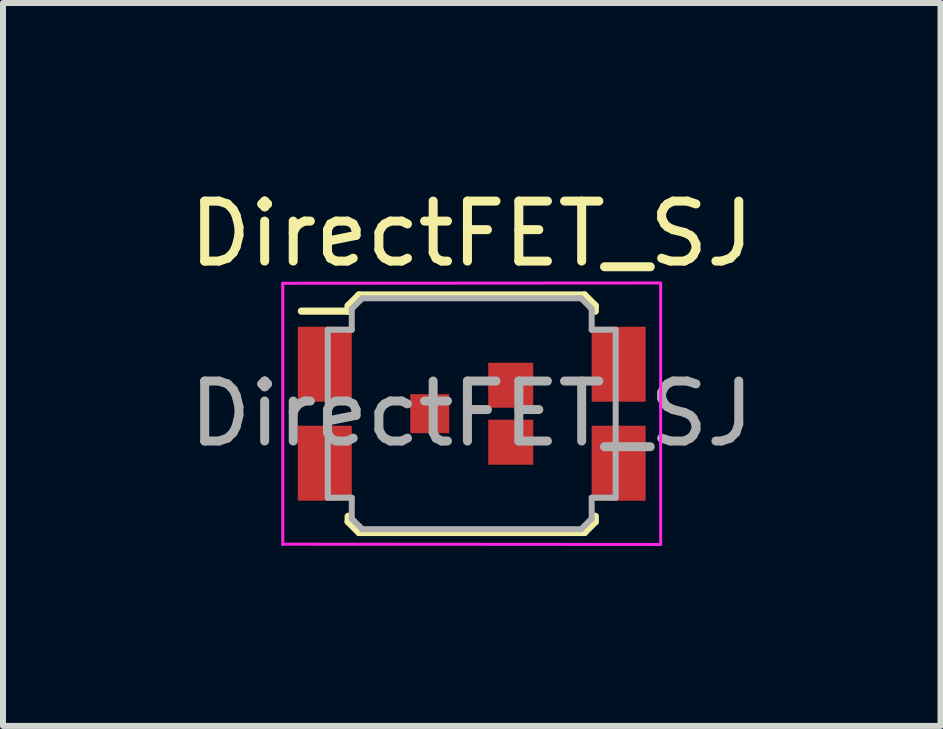
<source format=kicad_pcb>
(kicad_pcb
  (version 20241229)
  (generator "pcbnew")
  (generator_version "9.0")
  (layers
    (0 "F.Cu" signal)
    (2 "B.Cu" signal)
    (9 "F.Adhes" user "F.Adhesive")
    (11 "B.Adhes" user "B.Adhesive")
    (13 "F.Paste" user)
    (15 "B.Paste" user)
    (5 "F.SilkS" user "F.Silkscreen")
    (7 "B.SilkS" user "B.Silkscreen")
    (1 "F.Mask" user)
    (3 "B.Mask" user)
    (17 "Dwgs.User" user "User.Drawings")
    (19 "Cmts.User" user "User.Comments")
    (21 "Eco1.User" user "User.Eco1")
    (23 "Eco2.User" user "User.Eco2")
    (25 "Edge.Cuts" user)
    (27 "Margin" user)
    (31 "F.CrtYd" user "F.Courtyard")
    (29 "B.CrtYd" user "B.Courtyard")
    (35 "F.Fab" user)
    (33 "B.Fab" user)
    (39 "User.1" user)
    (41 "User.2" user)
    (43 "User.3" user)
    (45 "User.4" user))
  (footprint "DirectFET_SJ"
    (layer "F.Cu")
    (at 4.815 3.848)
    (property "Reference" "DirectFET_SJ" (at 0 -3 0) (layer "F.SilkS") (effects (font (size 1 1) (thickness 0.15))))
    (attr smd)
    (fp_line (start -2.84 -1.71) (end -2.06 -1.71) (stroke (width 0.12) (type solid)) (layer "F.SilkS"))
    (fp_line (start -2.06 -1.8) (end -1.88 -1.98) (stroke (width 0.12) (type solid)) (layer "F.SilkS"))
    (fp_line (start -2.06 -1.71) (end -2.06 -1.8) (stroke (width 0.12) (type solid)) (layer "F.SilkS"))
    (fp_line (start -2.06 1.71) (end -2.06 1.8) (stroke (width 0.12) (type solid)) (layer "F.SilkS"))
    (fp_line (start -2.06 1.8) (end -1.88 1.98) (stroke (width 0.12) (type solid)) (layer "F.SilkS"))
    (fp_line (start -1.88 -1.98) (end 1.88 -1.98) (stroke (width 0.12) (type solid)) (layer "F.SilkS"))
    (fp_line (start -1.88 1.98) (end 1.88 1.98) (stroke (width 0.12) (type solid)) (layer "F.SilkS"))
    (fp_line (start 2.06 -1.8) (end 1.88 -1.98) (stroke (width 0.12) (type solid)) (layer "F.SilkS"))
    (fp_line (start 2.06 -1.71) (end 2.06 -1.8) (stroke (width 0.12) (type solid)) (layer "F.SilkS"))
    (fp_line (start 2.06 1.71) (end 2.06 1.8) (stroke (width 0.12) (type solid)) (layer "F.SilkS"))
    (fp_line (start 2.06 1.8) (end 1.88 1.98) (stroke (width 0.12) (type solid)) (layer "F.SilkS"))
    (fp_line (start -3.15 -2.175) (end -3.15 2.18) (stroke (width 0.05) (type solid)) (layer "F.CrtYd"))
    (fp_line (start -3.15 -2.175) (end 3.15 -2.18) (stroke (width 0.05) (type solid)) (layer "F.CrtYd"))
    (fp_line (start -3.15 2.175) (end 3.15 2.18) (stroke (width 0.05) (type solid)) (layer "F.CrtYd"))
    (fp_line (start 3.15 -2.175) (end 3.15 2.18) (stroke (width 0.05) (type solid)) (layer "F.CrtYd"))
    (fp_line (start -2.4 -1.4) (end -2 -1.4) (stroke (width 0.1) (type solid)) (layer "F.Fab"))
    (fp_line (start -2.4 1.4) (end -2.4 -1.4) (stroke (width 0.1) (type solid)) (layer "F.Fab"))
    (fp_line (start -2.4 1.4) (end -2 1.4) (stroke (width 0.1) (type solid)) (layer "F.Fab"))
    (fp_line (start -2 -1.75) (end -1.825 -1.925) (stroke (width 0.1) (type solid)) (layer "F.Fab"))
    (fp_line (start -2 -1.4) (end -2 -1.75) (stroke (width 0.1) (type solid)) (layer "F.Fab"))
    (fp_line (start -2 1.4) (end -2 1.75) (stroke (width 0.1) (type solid)) (layer "F.Fab"))
    (fp_line (start -2 1.75) (end -1.825 1.925) (stroke (width 0.1) (type solid)) (layer "F.Fab"))
    (fp_line (start -1.825 -1.925) (end 1.825 -1.925) (stroke (width 0.1) (type solid)) (layer "F.Fab"))
    (fp_line (start -1.825 1.925) (end 1.825 1.925) (stroke (width 0.1) (type solid)) (layer "F.Fab"))
    (fp_line (start 1.825 -1.925) (end 2 -1.75) (stroke (width 0.1) (type solid)) (layer "F.Fab"))
    (fp_line (start 1.825 1.925) (end 2 1.75) (stroke (width 0.1) (type solid)) (layer "F.Fab"))
    (fp_line (start 2 -1.4) (end 2 -1.75) (stroke (width 0.1) (type solid)) (layer "F.Fab"))
    (fp_line (start 2 1.4) (end 2 1.75) (stroke (width 0.1) (type solid)) (layer "F.Fab"))
    (fp_line (start 2.4 -1.4) (end 2 -1.4) (stroke (width 0.1) (type solid)) (layer "F.Fab"))
    (fp_line (start 2.4 1.4) (end 2 1.4) (stroke (width 0.1) (type solid)) (layer "F.Fab"))
    (fp_line (start 2.4 1.4) (end 2.4 -1.4) (stroke (width 0.1) (type solid)) (layer "F.Fab"))
    (fp_text user "${REFERENCE}" (at 0 0 0) (layer "F.Fab") (effects (font (size 1 1) (thickness 0.15))))
    (pad "1" smd rect (at -2.45 -0.825) (size 0.9 1.25) (layers "F.Cu" "F.Mask" "F.Paste"))
    (pad "1" smd rect (at -2.45 0.825) (size 0.9 1.25) (layers "F.Cu" "F.Mask" "F.Paste"))
    (pad "1" smd rect (at 2.45 -0.825) (size 0.9 1.25) (layers "F.Cu" "F.Mask" "F.Paste"))
    (pad "1" smd rect (at 2.45 0.825) (size 0.9 1.25) (layers "F.Cu" "F.Mask" "F.Paste"))
    (pad "2" smd rect (at -0.7 0) (size 0.65 0.65) (layers "F.Cu" "F.Mask" "F.Paste"))
    (pad "3" smd rect (at 0.65 -0.475) (size 0.75 0.75) (layers "F.Cu" "F.Mask" "F.Paste"))
    (pad "3" smd rect (at 0.65 0.475) (size 0.75 0.75) (layers "F.Cu" "F.Mask" "F.Paste")))
  (gr_rect
    (start -3 -3)
    (end 12.631 9.053)
    (stroke (width 0.1) (type default))
    (fill no)
    (layer "Edge.Cuts")))
</source>
